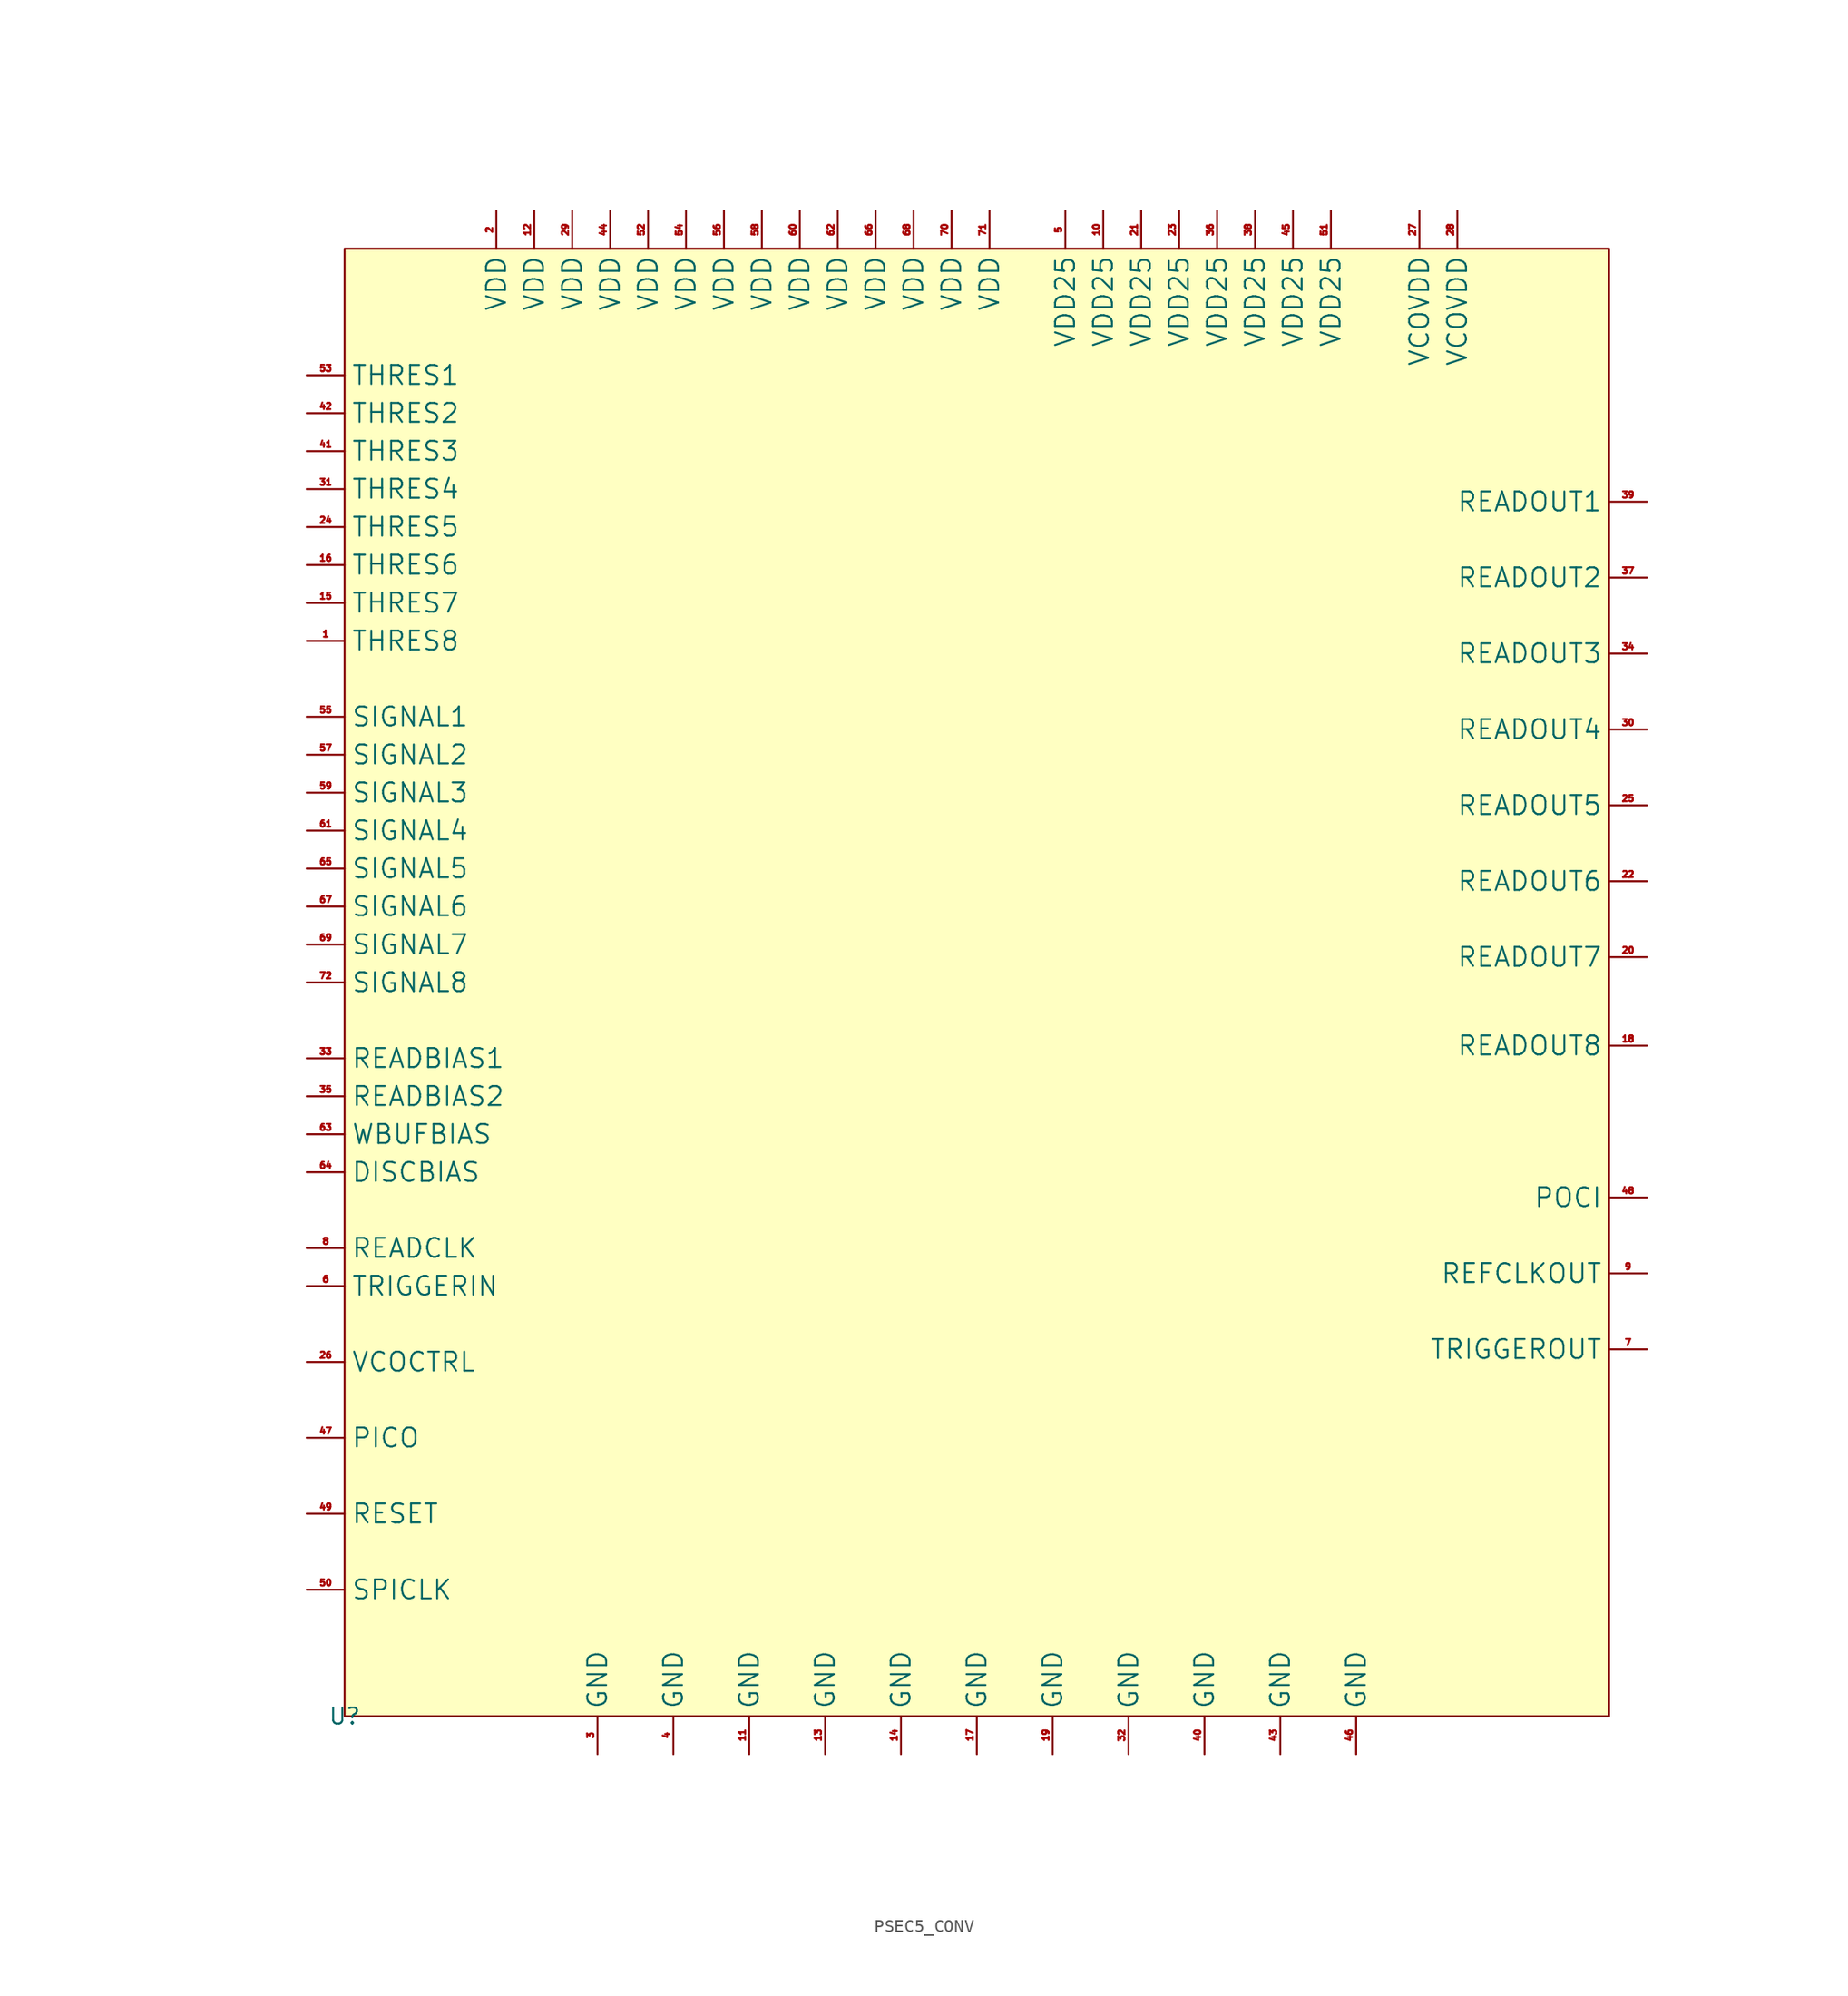
<source format=kicad_sym>
(kicad_symbol_lib
  (version 20220914)
  (generator kicad_symbol_editor)
  (symbol "PSEC5_CONV"
    (property "Reference" "U"
      (at 0 0 0)
      (effects (font (size 1.27 1.27))))
    (property "Value" ""
      (at -11.5 28.1 0)
      (effects (font (size 1.27 1.27))))
    (symbol "PSEC5_CONV_1_1"
      (rectangle (start 0 116) (end 100 0) (stroke (width 0) (type default)) (fill (type background)))
      (pin input line (at -3 85 0) (length 3) (name "THRES8" (effects (font (size 1.5 1.5)))) (number "1" (effects (font (size 0.5 0.5)))))
      (pin power_in line (at 60 119 270) (length 3) (name "VDD25" (effects (font (size 1.5 1.5)))) (number "10" (effects (font (size 0.5 0.5)))))
      (pin power_in line (at 32 -3 90) (length 3) (name "GND" (effects (font (size 1.5 1.5)))) (number "11" (effects (font (size 0.5 0.5)))))
      (pin power_in line (at 15 119 270) (length 3) (name "VDD" (effects (font (size 1.5 1.5)))) (number "12" (effects (font (size 0.5 0.5)))))
      (pin power_in line (at 38 -3 90) (length 3) (name "GND" (effects (font (size 1.5 1.5)))) (number "13" (effects (font (size 0.5 0.5)))))
      (pin power_in line (at 44 -3 90) (length 3) (name "GND" (effects (font (size 1.5 1.5)))) (number "14" (effects (font (size 0.5 0.5)))))
      (pin input line (at -3 88 0) (length 3) (name "THRES7" (effects (font (size 1.5 1.5)))) (number "15" (effects (font (size 0.5 0.5)))))
      (pin input line (at -3 91 0) (length 3) (name "THRES6" (effects (font (size 1.5 1.5)))) (number "16" (effects (font (size 0.5 0.5)))))
      (pin power_in line (at 50 -3 90) (length 3) (name "GND" (effects (font (size 1.5 1.5)))) (number "17" (effects (font (size 0.5 0.5)))))
      (pin output line (at 103 53 180) (length 3) (name "READOUT8" (effects (font (size 1.5 1.5)))) (number "18" (effects (font (size 0.5 0.5)))))
      (pin power_in line (at 56 -3 90) (length 3) (name "GND" (effects (font (size 1.5 1.5)))) (number "19" (effects (font (size 0.5 0.5)))))
      (pin power_in line (at 12 119 270) (length 3) (name "VDD" (effects (font (size 1.5 1.5)))) (number "2" (effects (font (size 0.5 0.5)))))
      (pin output line (at 103 60 180) (length 3) (name "READOUT7" (effects (font (size 1.5 1.5)))) (number "20" (effects (font (size 0.5 0.5)))))
      (pin power_in line (at 63 119 270) (length 3) (name "VDD25" (effects (font (size 1.5 1.5)))) (number "21" (effects (font (size 0.5 0.5)))))
      (pin output line (at 103 66 180) (length 3) (name "READOUT6" (effects (font (size 1.5 1.5)))) (number "22" (effects (font (size 0.5 0.5)))))
      (pin power_in line (at 66 119 270) (length 3) (name "VDD25" (effects (font (size 1.5 1.5)))) (number "23" (effects (font (size 0.5 0.5)))))
      (pin input line (at -3 94 0) (length 3) (name "THRES5" (effects (font (size 1.5 1.5)))) (number "24" (effects (font (size 0.5 0.5)))))
      (pin output line (at 103 72 180) (length 3) (name "READOUT5" (effects (font (size 1.5 1.5)))) (number "25" (effects (font (size 0.5 0.5)))))
      (pin input line (at -3 28 0) (length 3) (name "VCOCTRL" (effects (font (size 1.5 1.5)))) (number "26" (effects (font (size 0.5 0.5)))))
      (pin power_in line (at 85 119 270) (length 3) (name "VCOVDD" (effects (font (size 1.5 1.5)))) (number "27" (effects (font (size 0.5 0.5)))))
      (pin power_in line (at 88 119 270) (length 3) (name "VCOVDD" (effects (font (size 1.5 1.5)))) (number "28" (effects (font (size 0.5 0.5)))))
      (pin power_in line (at 18 119 270) (length 3) (name "VDD" (effects (font (size 1.5 1.5)))) (number "29" (effects (font (size 0.5 0.5)))))
      (pin power_in line (at 20 -3 90) (length 3) (name "GND" (effects (font (size 1.5 1.5)))) (number "3" (effects (font (size 0.5 0.5)))))
      (pin output line (at 103 78 180) (length 3) (name "READOUT4" (effects (font (size 1.5 1.5)))) (number "30" (effects (font (size 0.5 0.5)))))
      (pin input line (at -3 97 0) (length 3) (name "THRES4" (effects (font (size 1.5 1.5)))) (number "31" (effects (font (size 0.5 0.5)))))
      (pin power_in line (at 62 -3 90) (length 3) (name "GND" (effects (font (size 1.5 1.5)))) (number "32" (effects (font (size 0.5 0.5)))))
      (pin input line (at -3 52 0) (length 3) (name "READBIAS1" (effects (font (size 1.5 1.5)))) (number "33" (effects (font (size 0.5 0.5)))))
      (pin output line (at 103 84 180) (length 3) (name "READOUT3" (effects (font (size 1.5 1.5)))) (number "34" (effects (font (size 0.5 0.5)))))
      (pin input line (at -3 49 0) (length 3) (name "READBIAS2" (effects (font (size 1.5 1.5)))) (number "35" (effects (font (size 0.5 0.5)))))
      (pin power_in line (at 69 119 270) (length 3) (name "VDD25" (effects (font (size 1.5 1.5)))) (number "36" (effects (font (size 0.5 0.5)))))
      (pin output line (at 103 90 180) (length 3) (name "READOUT2" (effects (font (size 1.5 1.5)))) (number "37" (effects (font (size 0.5 0.5)))))
      (pin power_in line (at 72 119 270) (length 3) (name "VDD25" (effects (font (size 1.5 1.5)))) (number "38" (effects (font (size 0.5 0.5)))))
      (pin output line (at 103 96 180) (length 3) (name "READOUT1" (effects (font (size 1.5 1.5)))) (number "39" (effects (font (size 0.5 0.5)))))
      (pin power_in line (at 26 -3 90) (length 3) (name "GND" (effects (font (size 1.5 1.5)))) (number "4" (effects (font (size 0.5 0.5)))))
      (pin power_in line (at 68 -3 90) (length 3) (name "GND" (effects (font (size 1.5 1.5)))) (number "40" (effects (font (size 0.5 0.5)))))
      (pin input line (at -3 100 0) (length 3) (name "THRES3" (effects (font (size 1.5 1.5)))) (number "41" (effects (font (size 0.5 0.5)))))
      (pin input line (at -3 103 0) (length 3) (name "THRES2" (effects (font (size 1.5 1.5)))) (number "42" (effects (font (size 0.5 0.5)))))
      (pin power_in line (at 74 -3 90) (length 3) (name "GND" (effects (font (size 1.5 1.5)))) (number "43" (effects (font (size 0.5 0.5)))))
      (pin power_in line (at 21 119 270) (length 3) (name "VDD" (effects (font (size 1.5 1.5)))) (number "44" (effects (font (size 0.5 0.5)))))
      (pin power_in line (at 75 119 270) (length 3) (name "VDD25" (effects (font (size 1.5 1.5)))) (number "45" (effects (font (size 0.5 0.5)))))
      (pin power_in line (at 80 -3 90) (length 3) (name "GND" (effects (font (size 1.5 1.5)))) (number "46" (effects (font (size 0.5 0.5)))))
      (pin input line (at -3 22 0) (length 3) (name "PICO" (effects (font (size 1.5 1.5)))) (number "47" (effects (font (size 0.5 0.5)))))
      (pin output line (at 103 41 180) (length 3) (name "POCI" (effects (font (size 1.5 1.5)))) (number "48" (effects (font (size 0.5 0.5)))))
      (pin input line (at -3 16 0) (length 3) (name "RESET" (effects (font (size 1.5 1.5)))) (number "49" (effects (font (size 0.5 0.5)))))
      (pin power_in line (at 57 119 270) (length 3) (name "VDD25" (effects (font (size 1.5 1.5)))) (number "5" (effects (font (size 0.5 0.5)))))
      (pin input line (at -3 10 0) (length 3) (name "SPICLK" (effects (font (size 1.5 1.5)))) (number "50" (effects (font (size 0.5 0.5)))))
      (pin power_in line (at 78 119 270) (length 3) (name "VDD25" (effects (font (size 1.5 1.5)))) (number "51" (effects (font (size 0.5 0.5)))))
      (pin power_in line (at 24 119 270) (length 3) (name "VDD" (effects (font (size 1.5 1.5)))) (number "52" (effects (font (size 0.5 0.5)))))
      (pin input line (at -3 106 0) (length 3) (name "THRES1" (effects (font (size 1.5 1.5)))) (number "53" (effects (font (size 0.5 0.5)))))
      (pin power_in line (at 27 119 270) (length 3) (name "VDD" (effects (font (size 1.5 1.5)))) (number "54" (effects (font (size 0.5 0.5)))))
      (pin input line (at -3 79 0) (length 3) (name "SIGNAL1" (effects (font (size 1.5 1.5)))) (number "55" (effects (font (size 0.5 0.5)))))
      (pin power_in line (at 30 119 270) (length 3) (name "VDD" (effects (font (size 1.5 1.5)))) (number "56" (effects (font (size 0.5 0.5)))))
      (pin input line (at -3 76 0) (length 3) (name "SIGNAL2" (effects (font (size 1.5 1.5)))) (number "57" (effects (font (size 0.5 0.5)))))
      (pin power_in line (at 33 119 270) (length 3) (name "VDD" (effects (font (size 1.5 1.5)))) (number "58" (effects (font (size 0.5 0.5)))))
      (pin input line (at -3 73 0) (length 3) (name "SIGNAL3" (effects (font (size 1.5 1.5)))) (number "59" (effects (font (size 0.5 0.5)))))
      (pin input line (at -3 34 0) (length 3) (name "TRIGGERIN" (effects (font (size 1.5 1.5)))) (number "6" (effects (font (size 0.5 0.5)))))
      (pin power_in line (at 36 119 270) (length 3) (name "VDD" (effects (font (size 1.5 1.5)))) (number "60" (effects (font (size 0.5 0.5)))))
      (pin input line (at -3 70 0) (length 3) (name "SIGNAL4" (effects (font (size 1.5 1.5)))) (number "61" (effects (font (size 0.5 0.5)))))
      (pin power_in line (at 39 119 270) (length 3) (name "VDD" (effects (font (size 1.5 1.5)))) (number "62" (effects (font (size 0.5 0.5)))))
      (pin input line (at -3 46 0) (length 3) (name "WBUFBIAS" (effects (font (size 1.5 1.5)))) (number "63" (effects (font (size 0.5 0.5)))))
      (pin input line (at -3 43 0) (length 3) (name "DISCBIAS" (effects (font (size 1.5 1.5)))) (number "64" (effects (font (size 0.5 0.5)))))
      (pin input line (at -3 67 0) (length 3) (name "SIGNAL5" (effects (font (size 1.5 1.5)))) (number "65" (effects (font (size 0.5 0.5)))))
      (pin power_in line (at 42 119 270) (length 3) (name "VDD" (effects (font (size 1.5 1.5)))) (number "66" (effects (font (size 0.5 0.5)))))
      (pin input line (at -3 64 0) (length 3) (name "SIGNAL6" (effects (font (size 1.5 1.5)))) (number "67" (effects (font (size 0.5 0.5)))))
      (pin power_in line (at 45 119 270) (length 3) (name "VDD" (effects (font (size 1.5 1.5)))) (number "68" (effects (font (size 0.5 0.5)))))
      (pin input line (at -3 61 0) (length 3) (name "SIGNAL7" (effects (font (size 1.5 1.5)))) (number "69" (effects (font (size 0.5 0.5)))))
      (pin output line (at 103 29 180) (length 3) (name "TRIGGEROUT" (effects (font (size 1.5 1.5)))) (number "7" (effects (font (size 0.5 0.5)))))
      (pin power_in line (at 48 119 270) (length 3) (name "VDD" (effects (font (size 1.5 1.5)))) (number "70" (effects (font (size 0.5 0.5)))))
      (pin power_in line (at 51 119 270) (length 3) (name "VDD" (effects (font (size 1.5 1.5)))) (number "71" (effects (font (size 0.5 0.5)))))
      (pin input line (at -3 58 0) (length 3) (name "SIGNAL8" (effects (font (size 1.5 1.5)))) (number "72" (effects (font (size 0.5 0.5)))))
      (pin input line (at -3 37 0) (length 3) (name "READCLK" (effects (font (size 1.5 1.5)))) (number "8" (effects (font (size 0.5 0.5)))))
      (pin output line (at 103 35 180) (length 3) (name "REFCLKOUT" (effects (font (size 1.5 1.5)))) (number "9" (effects (font (size 0.5 0.5))))))))
</source>
